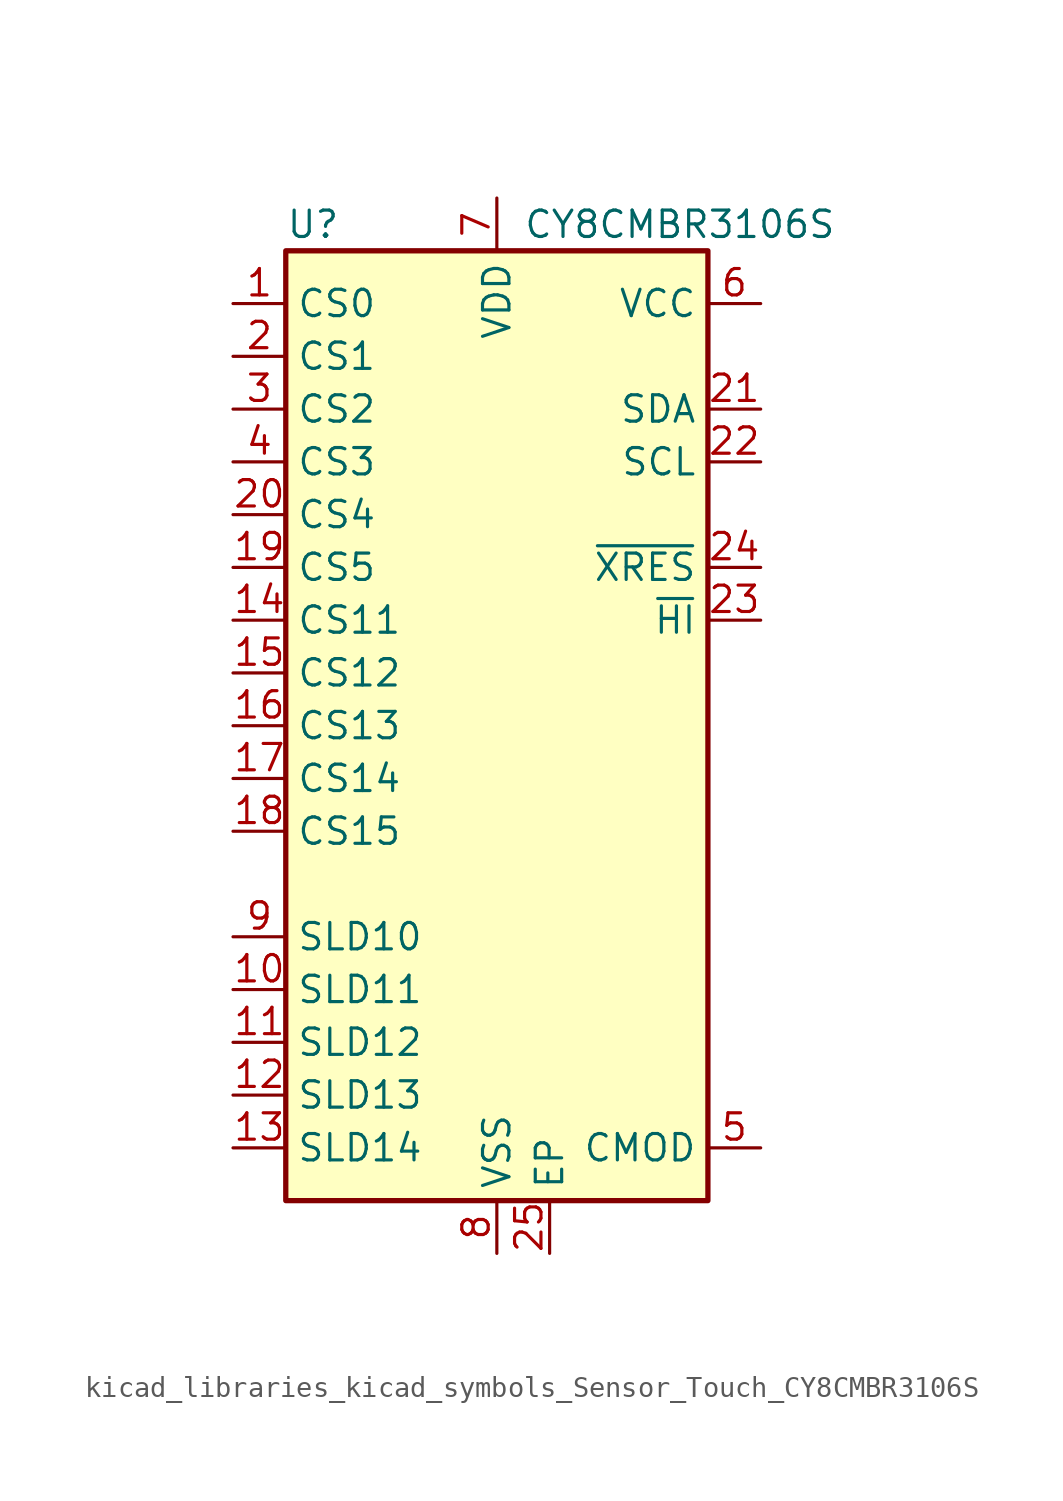
<source format=kicad_sym>
(kicad_symbol_lib
  (version 20220914)
  (generator kicad_symbol_editor)
  (symbol "kicad_libraries_kicad_symbols_Sensor_Touch_CY8CMBR3106S"
    (property "Reference" "U"
      (at -10.16 24.13 0)
      (effects (font (size 1.27 1.27)) (justify left)))
    (property "Value" "CY8CMBR3106S"
      (at 1.27 24.13 0)
      (effects (font (size 1.27 1.27)) (justify left)))
    (symbol "kicad_libraries_kicad_symbols_Sensor_Touch_CY8CMBR3106S_0_1"
      (rectangle (start -10.16 22.86) (end 10.16 -22.86) (stroke (width 0.254) (type default)) (fill (type background))))
    (symbol "kicad_libraries_kicad_symbols_Sensor_Touch_CY8CMBR3106S_1_1"
      (pin passive line (at -12.7 20.32 0) (length 2.54) (name "CS0" (effects (font (size 1.27 1.27)))) (number "1" (effects (font (size 1.27 1.27)))))
      (pin passive line (at -12.7 -12.7 0) (length 2.54) (name "SLD11" (effects (font (size 1.27 1.27)))) (number "10" (effects (font (size 1.27 1.27)))))
      (pin passive line (at -12.7 -15.24 0) (length 2.54) (name "SLD12" (effects (font (size 1.27 1.27)))) (number "11" (effects (font (size 1.27 1.27)))))
      (pin passive line (at -12.7 -17.78 0) (length 2.54) (name "SLD13" (effects (font (size 1.27 1.27)))) (number "12" (effects (font (size 1.27 1.27)))))
      (pin passive line (at -12.7 -20.32 0) (length 2.54) (name "SLD14" (effects (font (size 1.27 1.27)))) (number "13" (effects (font (size 1.27 1.27)))))
      (pin passive line (at -12.7 5.08 0) (length 2.54) (name "CS11" (effects (font (size 1.27 1.27)))) (number "14" (effects (font (size 1.27 1.27)))))
      (pin passive line (at -12.7 2.54 0) (length 2.54) (name "CS12" (effects (font (size 1.27 1.27)))) (number "15" (effects (font (size 1.27 1.27)))))
      (pin passive line (at -12.7 0 0) (length 2.54) (name "CS13" (effects (font (size 1.27 1.27)))) (number "16" (effects (font (size 1.27 1.27)))))
      (pin passive line (at -12.7 -2.54 0) (length 2.54) (name "CS14" (effects (font (size 1.27 1.27)))) (number "17" (effects (font (size 1.27 1.27)))))
      (pin passive line (at -12.7 -5.08 0) (length 2.54) (name "CS15" (effects (font (size 1.27 1.27)))) (number "18" (effects (font (size 1.27 1.27)))))
      (pin passive line (at -12.7 7.62 0) (length 2.54) (name "CS5" (effects (font (size 1.27 1.27)))) (number "19" (effects (font (size 1.27 1.27)))))
      (pin passive line (at -12.7 17.78 0) (length 2.54) (name "CS1" (effects (font (size 1.27 1.27)))) (number "2" (effects (font (size 1.27 1.27)))))
      (pin passive line (at -12.7 10.16 0) (length 2.54) (name "CS4" (effects (font (size 1.27 1.27)))) (number "20" (effects (font (size 1.27 1.27)))))
      (pin bidirectional line (at 12.7 15.24 180) (length 2.54) (name "SDA" (effects (font (size 1.27 1.27)))) (number "21" (effects (font (size 1.27 1.27)))))
      (pin input line (at 12.7 12.7 180) (length 2.54) (name "SCL" (effects (font (size 1.27 1.27)))) (number "22" (effects (font (size 1.27 1.27)))))
      (pin bidirectional line (at 12.7 5.08 180) (length 2.54) (name "~{HI}" (effects (font (size 1.27 1.27)))) (number "23" (effects (font (size 1.27 1.27)))))
      (pin input line (at 12.7 7.62 180) (length 2.54) (name "~{XRES}" (effects (font (size 1.27 1.27)))) (number "24" (effects (font (size 1.27 1.27)))))
      (pin passive line (at 2.54 -25.4 90) (length 2.54) (name "EP" (effects (font (size 1.27 1.27)))) (number "25" (effects (font (size 1.27 1.27)))))
      (pin passive line (at -12.7 15.24 0) (length 2.54) (name "CS2" (effects (font (size 1.27 1.27)))) (number "3" (effects (font (size 1.27 1.27)))))
      (pin passive line (at -12.7 12.7 0) (length 2.54) (name "CS3" (effects (font (size 1.27 1.27)))) (number "4" (effects (font (size 1.27 1.27)))))
      (pin passive line (at 12.7 -20.32 180) (length 2.54) (name "CMOD" (effects (font (size 1.27 1.27)))) (number "5" (effects (font (size 1.27 1.27)))))
      (pin passive line (at 12.7 20.32 180) (length 2.54) (name "VCC" (effects (font (size 1.27 1.27)))) (number "6" (effects (font (size 1.27 1.27)))))
      (pin power_in line (at 0 25.4 270) (length 2.54) (name "VDD" (effects (font (size 1.27 1.27)))) (number "7" (effects (font (size 1.27 1.27)))))
      (pin power_in line (at 0 -25.4 90) (length 2.54) (name "VSS" (effects (font (size 1.27 1.27)))) (number "8" (effects (font (size 1.27 1.27)))))
      (pin passive line (at -12.7 -10.16 0) (length 2.54) (name "SLD10" (effects (font (size 1.27 1.27)))) (number "9" (effects (font (size 1.27 1.27))))))))
</source>
